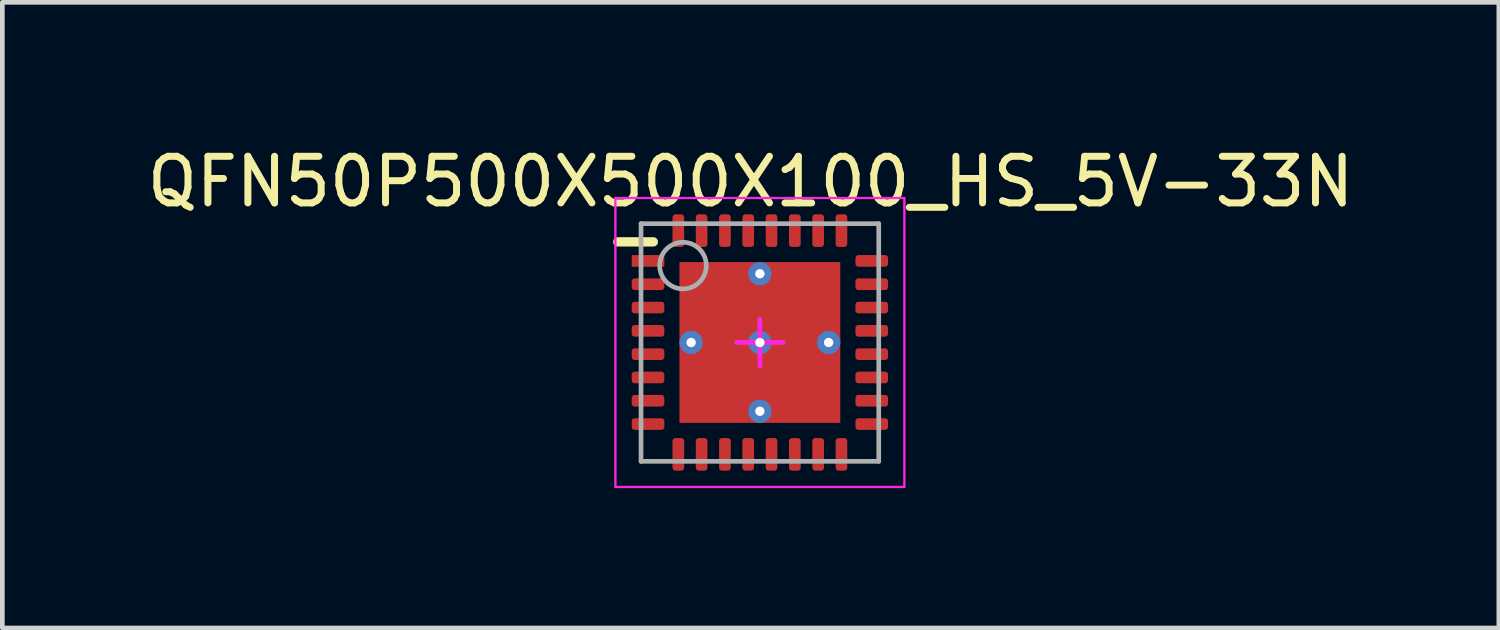
<source format=kicad_pcb>
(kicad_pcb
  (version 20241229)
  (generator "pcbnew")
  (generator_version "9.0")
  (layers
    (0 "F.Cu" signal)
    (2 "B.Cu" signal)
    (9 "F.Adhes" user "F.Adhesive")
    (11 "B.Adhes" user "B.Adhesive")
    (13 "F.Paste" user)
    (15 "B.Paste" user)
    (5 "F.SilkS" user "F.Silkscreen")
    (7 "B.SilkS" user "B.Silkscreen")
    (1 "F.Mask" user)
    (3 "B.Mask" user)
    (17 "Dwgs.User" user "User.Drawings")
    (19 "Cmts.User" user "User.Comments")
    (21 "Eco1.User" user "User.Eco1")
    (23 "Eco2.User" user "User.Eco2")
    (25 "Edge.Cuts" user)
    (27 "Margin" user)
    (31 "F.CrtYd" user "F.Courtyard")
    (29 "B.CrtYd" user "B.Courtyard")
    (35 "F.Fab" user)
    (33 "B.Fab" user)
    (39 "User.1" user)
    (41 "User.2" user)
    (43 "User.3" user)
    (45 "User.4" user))
  (footprint "QFN50P500X500X100_HS_5V-33N"
    (layer "F.Cu")
    (at 13.253 4.298)
    (property "Reference" "QFN50P500X500X100_HS_5V-33N" (at -0.199 -3.45 0) (layer "F.SilkS") (effects (font (size 1 1) (thickness 0.15))))
    (fp_rect (start -1.8 -0.4) (end -0.4 -1.8) (stroke (width 0) (type default)) (fill yes) (layer "F.Mask"))
    (fp_rect (start -0.4 1.8) (end -1.8 0.4) (stroke (width 0) (type default)) (fill yes) (layer "F.Mask"))
    (fp_rect (start 0.4 -1.8) (end 1.8 -0.4) (stroke (width 0) (type default)) (fill yes) (layer "F.Mask"))
    (fp_rect (start 1.8 0.4) (end 0.4 1.8) (stroke (width 0) (type default)) (fill yes) (layer "F.Mask"))
    (fp_poly (pts (xy -0.92 -0.4) (xy -0.92 -0.775) (xy -0.08 -0.775) (xy -0.08 -0.4) (xy -0.2 -0.4) (xy -0.4 -0.2) (xy -0.4 -0.08) (xy -0.8 -0.08) (xy -0.8 -0.4)) (stroke (width 0) (type default)) (fill yes) (layer "F.Mask"))
    (fp_poly (pts (xy -0.555 -0.4) (xy -0.555 -0.775) (xy -1.395 -0.775) (xy -1.395 -0.4) (xy -1.275 -0.4) (xy -1.075 -0.2) (xy -1.075 -0.08) (xy -0.675 -0.08) (xy -0.675 -0.4)) (stroke (width 0) (type default)) (fill yes) (layer "F.Mask"))
    (fp_poly (pts (xy -0.555 0.4) (xy -0.555 0.775) (xy -1.395 0.775) (xy -1.395 0.4) (xy -1.275 0.4) (xy -1.075 0.2) (xy -1.075 0.08) (xy -0.675 0.08) (xy -0.675 0.4)) (stroke (width 0) (type default)) (fill yes) (layer "F.Mask"))
    (fp_poly (pts (xy -0.4 -0.555) (xy -0.775 -0.555) (xy -0.775 -1.395) (xy -0.4 -1.395) (xy -0.4 -1.275) (xy -0.2 -1.075) (xy -0.08 -1.075) (xy -0.08 -0.675) (xy -0.4 -0.675)) (stroke (width 0) (type default)) (fill yes) (layer "F.Mask"))
    (fp_poly (pts (xy -0.4 0.555) (xy -0.775 0.555) (xy -0.775 1.395) (xy -0.4 1.395) (xy -0.4 1.275) (xy -0.2 1.075) (xy -0.08 1.075) (xy -0.08 0.675) (xy -0.4 0.675)) (stroke (width 0) (type default)) (fill yes) (layer "F.Mask"))
    (fp_poly (pts (xy -0.4 0.92) (xy -0.775 0.92) (xy -0.775 0.08) (xy -0.4 0.08) (xy -0.4 0.2) (xy -0.2 0.4) (xy -0.08 0.4) (xy -0.08 0.8) (xy -0.4 0.8)) (stroke (width 0) (type default)) (fill yes) (layer "F.Mask"))
    (fp_poly (pts (xy 0.4 -0.92) (xy 0.775 -0.92) (xy 0.775 -0.08) (xy 0.4 -0.08) (xy 0.4 -0.2) (xy 0.2 -0.4) (xy 0.08 -0.4) (xy 0.08 -0.8) (xy 0.4 -0.8)) (stroke (width 0) (type default)) (fill yes) (layer "F.Mask"))
    (fp_poly (pts (xy 0.4 -0.555) (xy 0.775 -0.555) (xy 0.775 -1.395) (xy 0.4 -1.395) (xy 0.4 -1.275) (xy 0.2 -1.075) (xy 0.08 -1.075) (xy 0.08 -0.675) (xy 0.4 -0.675)) (stroke (width 0) (type default)) (fill yes) (layer "F.Mask"))
    (fp_poly (pts (xy 0.4 0.555) (xy 0.775 0.555) (xy 0.775 1.395) (xy 0.4 1.395) (xy 0.4 1.275) (xy 0.2 1.075) (xy 0.08 1.075) (xy 0.08 0.675) (xy 0.4 0.675)) (stroke (width 0) (type default)) (fill yes) (layer "F.Mask"))
    (fp_poly (pts (xy 0.555 -0.4) (xy 0.555 -0.775) (xy 1.395 -0.775) (xy 1.395 -0.4) (xy 1.275 -0.4) (xy 1.075 -0.2) (xy 1.075 -0.08) (xy 0.675 -0.08) (xy 0.675 -0.4)) (stroke (width 0) (type default)) (fill yes) (layer "F.Mask"))
    (fp_poly (pts (xy 0.555 0.4) (xy 0.555 0.775) (xy 1.395 0.775) (xy 1.395 0.4) (xy 1.275 0.4) (xy 1.075 0.2) (xy 1.075 0.08) (xy 0.675 0.08) (xy 0.675 0.4)) (stroke (width 0) (type default)) (fill yes) (layer "F.Mask"))
    (fp_poly (pts (xy 0.92 0.4) (xy 0.92 0.775) (xy 0.08 0.775) (xy 0.08 0.4) (xy 0.2 0.4) (xy 0.4 0.2) (xy 0.4 0.08) (xy 0.8 0.08) (xy 0.8 0.4)) (stroke (width 0) (type default)) (fill yes) (layer "F.Mask"))
    (fp_line (start -3.048 -2.159) (end -2.286 -2.159) (stroke (width 0.2) (type solid)) (layer "F.SilkS"))
    (fp_rect (start -1.726 -0.4) (end -0.4 -1.724) (stroke (width 0) (type default)) (fill yes) (layer "F.Paste"))
    (fp_rect (start -0.4 1.726) (end -1.724 0.4) (stroke (width 0) (type default)) (fill yes) (layer "F.Paste"))
    (fp_rect (start 0.4 -1.726) (end 1.724 -0.4) (stroke (width 0) (type default)) (fill yes) (layer "F.Paste"))
    (fp_rect (start 1.726 0.4) (end 0.4 1.724) (stroke (width 0) (type default)) (fill yes) (layer "F.Paste"))
    (fp_poly (pts (xy -0.8 -0.8) (xy -0.08 -0.8) (xy -0.08 -0.4) (xy -0.2 -0.4) (xy -0.4 -0.2) (xy -0.4 -0.08) (xy -0.8 -0.08)) (stroke (width 0) (type default)) (fill yes) (layer "F.Paste"))
    (fp_poly (pts (xy -0.8 -0.675) (xy -0.8 -1.395) (xy -0.4 -1.395) (xy -0.4 -1.275) (xy -0.2 -1.075) (xy -0.08 -1.075) (xy -0.08 -0.675)) (stroke (width 0) (type default)) (fill yes) (layer "F.Paste"))
    (fp_poly (pts (xy -0.8 0.675) (xy -0.8 1.395) (xy -0.4 1.395) (xy -0.4 1.275) (xy -0.2 1.075) (xy -0.08 1.075) (xy -0.08 0.675)) (stroke (width 0) (type default)) (fill yes) (layer "F.Paste"))
    (fp_poly (pts (xy -0.8 0.8) (xy -0.8 0.08) (xy -0.4 0.08) (xy -0.4 0.2) (xy -0.2 0.4) (xy -0.08 0.4) (xy -0.08 0.8)) (stroke (width 0) (type default)) (fill yes) (layer "F.Paste"))
    (fp_poly (pts (xy -0.675 -0.8) (xy -1.395 -0.8) (xy -1.395 -0.4) (xy -1.275 -0.4) (xy -1.075 -0.2) (xy -1.075 -0.08) (xy -0.675 -0.08)) (stroke (width 0) (type default)) (fill yes) (layer "F.Paste"))
    (fp_poly (pts (xy -0.675 0.8) (xy -1.395 0.8) (xy -1.395 0.4) (xy -1.275 0.4) (xy -1.075 0.2) (xy -1.075 0.08) (xy -0.675 0.08)) (stroke (width 0) (type default)) (fill yes) (layer "F.Paste"))
    (fp_poly (pts (xy 0.675 -0.8) (xy 1.395 -0.8) (xy 1.395 -0.4) (xy 1.275 -0.4) (xy 1.075 -0.2) (xy 1.075 -0.08) (xy 0.675 -0.08)) (stroke (width 0) (type default)) (fill yes) (layer "F.Paste"))
    (fp_poly (pts (xy 0.675 0.8) (xy 1.395 0.8) (xy 1.395 0.4) (xy 1.275 0.4) (xy 1.075 0.2) (xy 1.075 0.08) (xy 0.675 0.08)) (stroke (width 0) (type default)) (fill yes) (layer "F.Paste"))
    (fp_poly (pts (xy 0.8 -0.8) (xy 0.8 -0.08) (xy 0.4 -0.08) (xy 0.4 -0.2) (xy 0.2 -0.4) (xy 0.08 -0.4) (xy 0.08 -0.8)) (stroke (width 0) (type default)) (fill yes) (layer "F.Paste"))
    (fp_poly (pts (xy 0.8 -0.675) (xy 0.8 -1.395) (xy 0.4 -1.395) (xy 0.4 -1.275) (xy 0.2 -1.075) (xy 0.08 -1.075) (xy 0.08 -0.675)) (stroke (width 0) (type default)) (fill yes) (layer "F.Paste"))
    (fp_poly (pts (xy 0.8 0.675) (xy 0.8 1.395) (xy 0.4 1.395) (xy 0.4 1.275) (xy 0.2 1.075) (xy 0.08 1.075) (xy 0.08 0.675)) (stroke (width 0) (type default)) (fill yes) (layer "F.Paste"))
    (fp_poly (pts (xy 0.8 0.8) (xy 0.08 0.8) (xy 0.08 0.4) (xy 0.2 0.4) (xy 0.4 0.2) (xy 0.4 0.08) (xy 0.8 0.08)) (stroke (width 0) (type default)) (fill yes) (layer "F.Paste"))
    (fp_line (start -3.1 -3.1) (end 3.1 -3.1) (stroke (width 0.05) (type solid)) (layer "F.CrtYd"))
    (fp_line (start -3.1 3.1) (end -3.1 -3.1) (stroke (width 0.05) (type solid)) (layer "F.CrtYd"))
    (fp_line (start -3.1 3.1) (end 3.1 3.1) (stroke (width 0.05) (type solid)) (layer "F.CrtYd"))
    (fp_line (start -0.5 0) (end 0.5 0) (stroke (width 0.1) (type solid)) (layer "F.CrtYd"))
    (fp_line (start 0 0.5) (end 0 -0.5) (stroke (width 0.1) (type solid)) (layer "F.CrtYd"))
    (fp_line (start 3.1 3.1) (end 3.1 -3.1) (stroke (width 0.05) (type solid)) (layer "F.CrtYd"))
    (fp_line (start -2.55 -2.55) (end 2.55 -2.55) (stroke (width 0.1) (type solid)) (layer "F.Fab"))
    (fp_line (start -2.55 2.55) (end -2.55 -2.55) (stroke (width 0.1) (type solid)) (layer "F.Fab"))
    (fp_line (start -2.55 2.55) (end 2.55 2.55) (stroke (width 0.1) (type solid)) (layer "F.Fab"))
    (fp_line (start 2.55 2.55) (end 2.55 -2.55) (stroke (width 0.1) (type solid)) (layer "F.Fab"))
    (fp_circle (center -1.65 -1.65) (end -1.65 -2.15) (stroke (width 0.1) (type solid)) (fill no) (layer "F.Fab"))
    (pad "1" smd rect (at -2.4 -1.75 90) (size 0.25 0.7) (layers "F.Cu" "F.Mask" "F.Paste"))
    (pad "2" smd roundrect (at -2.4 -1.25 90) (size 0.25 0.7) (layers "F.Cu" "F.Mask" "F.Paste") (roundrect_rratio 0.25))
    (pad "3" smd roundrect (at -2.4 -0.75 90) (size 0.25 0.7) (layers "F.Cu" "F.Mask" "F.Paste") (roundrect_rratio 0.25))
    (pad "4" smd roundrect (at -2.4 -0.25 90) (size 0.25 0.7) (layers "F.Cu" "F.Mask" "F.Paste") (roundrect_rratio 0.25))
    (pad "5" smd roundrect (at -2.4 0.25 90) (size 0.25 0.7) (layers "F.Cu" "F.Mask" "F.Paste") (roundrect_rratio 0.25))
    (pad "6" smd roundrect (at -2.4 0.75 90) (size 0.25 0.7) (layers "F.Cu" "F.Mask" "F.Paste") (roundrect_rratio 0.25))
    (pad "7" smd roundrect (at -2.4 1.25 90) (size 0.25 0.7) (layers "F.Cu" "F.Mask" "F.Paste") (roundrect_rratio 0.25))
    (pad "8" smd roundrect (at -2.4 1.75 90) (size 0.25 0.7) (layers "F.Cu" "F.Mask" "F.Paste") (roundrect_rratio 0.25))
    (pad "9" smd roundrect (at -1.75 2.4) (size 0.25 0.7) (layers "F.Cu" "F.Mask" "F.Paste") (roundrect_rratio 0.25))
    (pad "10" smd roundrect (at -1.25 2.4) (size 0.25 0.7) (layers "F.Cu" "F.Mask" "F.Paste") (roundrect_rratio 0.25))
    (pad "11" smd roundrect (at -0.75 2.4) (size 0.25 0.7) (layers "F.Cu" "F.Mask" "F.Paste") (roundrect_rratio 0.25))
    (pad "12" smd roundrect (at -0.25 2.4) (size 0.25 0.7) (layers "F.Cu" "F.Mask" "F.Paste") (roundrect_rratio 0.25))
    (pad "13" smd roundrect (at 0.25 2.4) (size 0.25 0.7) (layers "F.Cu" "F.Mask" "F.Paste") (roundrect_rratio 0.25))
    (pad "14" smd roundrect (at 0.75 2.4) (size 0.25 0.7) (layers "F.Cu" "F.Mask" "F.Paste") (roundrect_rratio 0.25))
    (pad "15" smd roundrect (at 1.25 2.4) (size 0.25 0.7) (layers "F.Cu" "F.Mask" "F.Paste") (roundrect_rratio 0.25))
    (pad "16" smd roundrect (at 1.75 2.4) (size 0.25 0.7) (layers "F.Cu" "F.Mask" "F.Paste") (roundrect_rratio 0.25))
    (pad "17" smd roundrect (at 2.4 1.75 90) (size 0.25 0.7) (layers "F.Cu" "F.Mask" "F.Paste") (roundrect_rratio 0.25))
    (pad "18" smd roundrect (at 2.4 1.25 90) (size 0.25 0.7) (layers "F.Cu" "F.Mask" "F.Paste") (roundrect_rratio 0.25))
    (pad "19" smd roundrect (at 2.4 0.75 90) (size 0.25 0.7) (layers "F.Cu" "F.Mask" "F.Paste") (roundrect_rratio 0.25))
    (pad "20" smd roundrect (at 2.4 0.25 90) (size 0.25 0.7) (layers "F.Cu" "F.Mask" "F.Paste") (roundrect_rratio 0.25))
    (pad "21" smd roundrect (at 2.4 -0.25 90) (size 0.25 0.7) (layers "F.Cu" "F.Mask" "F.Paste") (roundrect_rratio 0.25))
    (pad "22" smd roundrect (at 2.4 -0.75 90) (size 0.25 0.7) (layers "F.Cu" "F.Mask" "F.Paste") (roundrect_rratio 0.25))
    (pad "23" smd roundrect (at 2.4 -1.25 90) (size 0.25 0.7) (layers "F.Cu" "F.Mask" "F.Paste") (roundrect_rratio 0.25))
    (pad "24" smd roundrect (at 2.4 -1.75 90) (size 0.25 0.7) (layers "F.Cu" "F.Mask" "F.Paste") (roundrect_rratio 0.25))
    (pad "25" smd roundrect (at 1.75 -2.4) (size 0.25 0.7) (layers "F.Cu" "F.Mask" "F.Paste") (roundrect_rratio 0.25))
    (pad "26" smd roundrect (at 1.25 -2.4) (size 0.25 0.7) (layers "F.Cu" "F.Mask" "F.Paste") (roundrect_rratio 0.25))
    (pad "27" smd roundrect (at 0.75 -2.4) (size 0.25 0.7) (layers "F.Cu" "F.Mask" "F.Paste") (roundrect_rratio 0.25))
    (pad "28" smd roundrect (at 0.25 -2.4) (size 0.25 0.7) (layers "F.Cu" "F.Mask" "F.Paste") (roundrect_rratio 0.25))
    (pad "29" smd roundrect (at -0.25 -2.4) (size 0.25 0.7) (layers "F.Cu" "F.Mask" "F.Paste") (roundrect_rratio 0.25))
    (pad "30" smd roundrect (at -0.75 -2.4) (size 0.25 0.7) (layers "F.Cu" "F.Mask" "F.Paste") (roundrect_rratio 0.25))
    (pad "31" smd roundrect (at -1.25 -2.4) (size 0.25 0.7) (layers "F.Cu" "F.Mask" "F.Paste") (roundrect_rratio 0.25))
    (pad "32" smd roundrect (at -1.75 -2.4) (size 0.25 0.7) (layers "F.Cu" "F.Mask" "F.Paste") (roundrect_rratio 0.25))
    (pad "33" thru_hole circle (at -1.475 0) (size 0.5 0.5) (drill 0.2) (layers "*.Cu" "B.Mask"))
    (pad "33" thru_hole circle (at 0 -1.475) (size 0.5 0.5) (drill 0.2) (layers "*.Cu" "B.Mask"))
    (pad "33" thru_hole circle (at 0 0) (size 0.5 0.5) (drill 0.2) (layers "*.Cu" "B.Mask"))
    (pad "33" smd rect (at 0 0) (size 3.45 3.45) (layers "F.Cu" "F.Paste"))
    (pad "33" thru_hole circle (at 0 1.475) (size 0.5 0.5) (drill 0.2) (layers "*.Cu" "B.Mask"))
    (pad "33" thru_hole circle (at 1.475 0) (size 0.5 0.5) (drill 0.2) (layers "*.Cu" "B.Mask")))
  (gr_rect
    (start -3 -3)
    (end 29.107 10.423)
    (stroke (width 0.1) (type default))
    (fill no)
    (layer "Edge.Cuts")))
</source>
